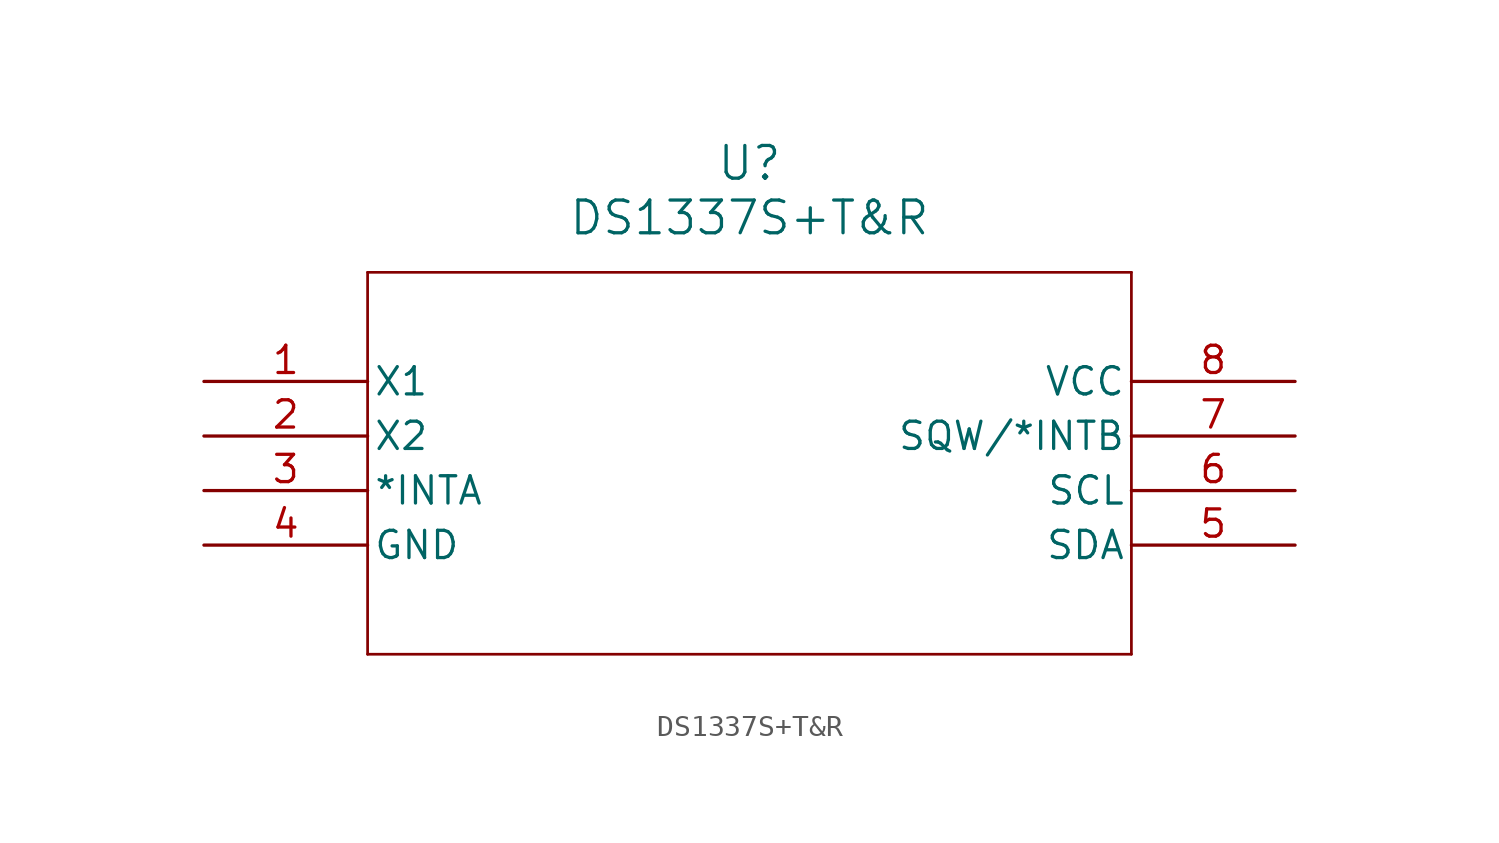
<source format=kicad_sym>
(kicad_symbol_lib
  (version 20211014)
  (generator kicad_symbol_editor)
  (symbol "DS1337S+T&R"
    (pin_names
      (offset 0.254))
    (property "Reference" "U"
      (at 25.4 10.16 0)
      (effects (font (size 1.524 1.524))))
    (property "Value" "DS1337S+T&R"
      (at 25.4 7.62 0)
      (effects (font (size 1.524 1.524))))
    (symbol "DS1337S+T&R_0_1"
      (polyline (pts (xy 7.62 5.08) (xy 7.62 -12.7)) (stroke (width 0.127) (type default) (color 0 0 0 0)) (fill (type none)))
      (polyline (pts (xy 7.62 -12.7) (xy 43.18 -12.7)) (stroke (width 0.127) (type default) (color 0 0 0 0)) (fill (type none)))
      (polyline (pts (xy 43.18 -12.7) (xy 43.18 5.08)) (stroke (width 0.127) (type default) (color 0 0 0 0)) (fill (type none)))
      (polyline (pts (xy 43.18 5.08) (xy 7.62 5.08)) (stroke (width 0.127) (type default) (color 0 0 0 0)) (fill (type none)))
      (pin unspecified line (at 0 0 0) (length 7.62) (name "X1" (effects (font (size 1.27 1.27)))) (number "1" (effects (font (size 1.27 1.27)))))
      (pin unspecified line (at 0 -2.54 0) (length 7.62) (name "X2" (effects (font (size 1.27 1.27)))) (number "2" (effects (font (size 1.27 1.27)))))
      (pin unspecified line (at 0 -5.08 0) (length 7.62) (name "*INTA" (effects (font (size 1.27 1.27)))) (number "3" (effects (font (size 1.27 1.27)))))
      (pin power_in line (at 0 -7.62 0) (length 7.62) (name "GND" (effects (font (size 1.27 1.27)))) (number "4" (effects (font (size 1.27 1.27)))))
      (pin unspecified line (at 50.8 -7.62 180) (length 7.62) (name "SDA" (effects (font (size 1.27 1.27)))) (number "5" (effects (font (size 1.27 1.27)))))
      (pin unspecified line (at 50.8 -5.08 180) (length 7.62) (name "SCL" (effects (font (size 1.27 1.27)))) (number "6" (effects (font (size 1.27 1.27)))))
      (pin unspecified line (at 50.8 -2.54 180) (length 7.62) (name "SQW/*INTB" (effects (font (size 1.27 1.27)))) (number "7" (effects (font (size 1.27 1.27)))))
      (pin power_in line (at 50.8 0 180) (length 7.62) (name "VCC" (effects (font (size 1.27 1.27)))) (number "8" (effects (font (size 1.27 1.27))))))))
</source>
